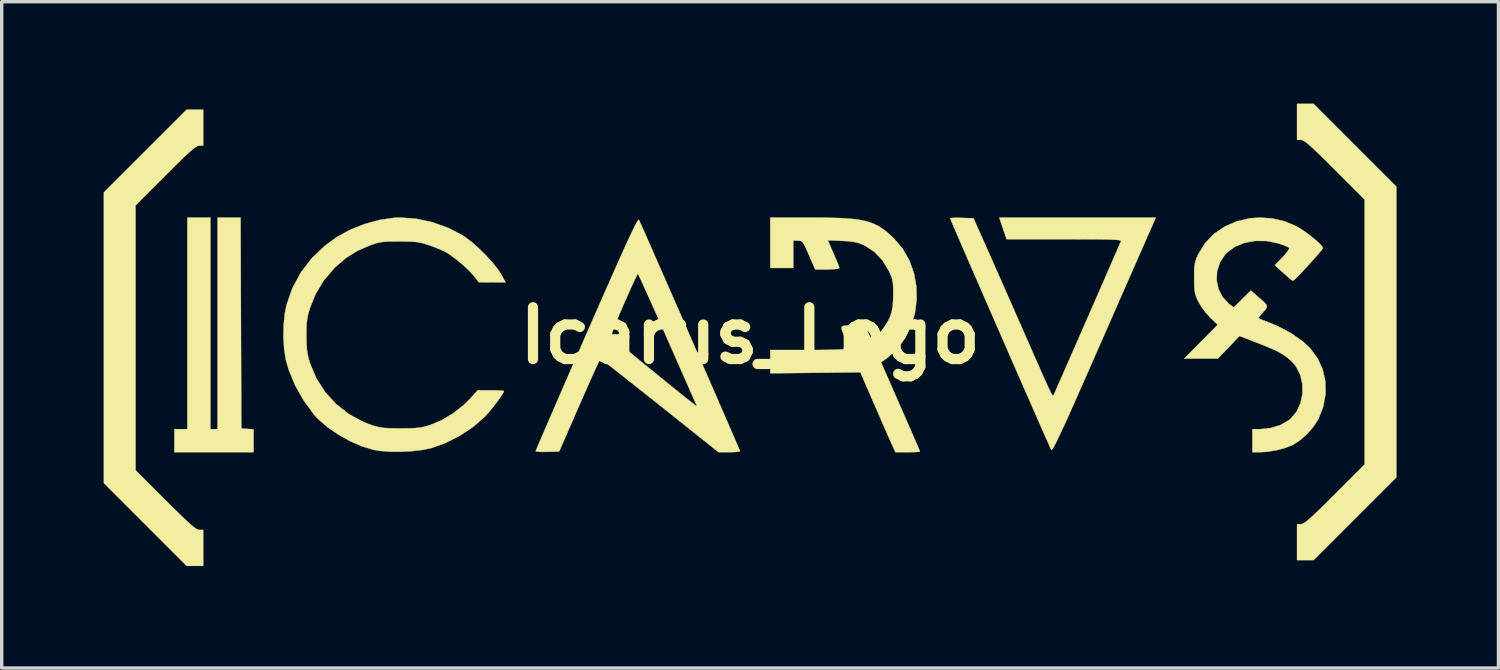
<source format=kicad_pcb>
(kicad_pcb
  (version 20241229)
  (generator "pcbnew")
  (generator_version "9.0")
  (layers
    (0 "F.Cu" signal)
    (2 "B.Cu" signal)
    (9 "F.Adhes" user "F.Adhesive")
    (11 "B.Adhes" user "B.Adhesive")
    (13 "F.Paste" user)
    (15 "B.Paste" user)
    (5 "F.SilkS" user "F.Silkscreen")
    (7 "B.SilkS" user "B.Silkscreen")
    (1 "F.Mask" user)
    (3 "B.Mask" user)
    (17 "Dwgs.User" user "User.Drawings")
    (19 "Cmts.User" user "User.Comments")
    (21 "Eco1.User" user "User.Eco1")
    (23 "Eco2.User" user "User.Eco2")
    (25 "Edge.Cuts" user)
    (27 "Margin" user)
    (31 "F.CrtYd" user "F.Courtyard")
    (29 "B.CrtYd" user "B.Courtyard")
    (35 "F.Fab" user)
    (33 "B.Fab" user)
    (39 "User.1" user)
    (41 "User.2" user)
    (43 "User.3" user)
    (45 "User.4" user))
  (footprint "Icarus_Logo"
    (layer "F.Cu")
    (at 19.013 6.821)
    (property "Reference" "Icarus_Logo" (at 0 0 0) (layer "F.SilkS") (effects (font (size 1.524 1.524) (thickness 0.3))))
    (attr through_hole)
    (fp_poly (pts (xy -15.875 2.752) (xy -15.663 2.752) (xy -15.663 -3.471) (xy -14.987 -3.471) (xy -14.965 2.731) (xy -14.785 2.744) (xy -14.605 2.757) (xy -14.605 3.429) (xy -16.933 3.429) (xy -16.933 2.752) (xy -16.552 2.752) (xy -16.552 -3.471) (xy -15.875 -3.471) (xy -15.875 2.752)) (stroke (width 0.01) (type solid)) (fill yes) (layer "F.SilkS"))
    (fp_poly (pts (xy -16.087 -5.588) (xy -16.203 -5.588) (xy -16.248 -5.578) (xy -16.308 -5.545) (xy -16.391 -5.483) (xy -16.504 -5.386) (xy -16.652 -5.247) (xy -16.843 -5.062) (xy -17.083 -4.824) (xy -17.198 -4.709) (xy -18.076 -3.83) (xy -18.076 3.959) (xy -17.198 4.837) (xy -16.934 5.099) (xy -16.723 5.305) (xy -16.558 5.462) (xy -16.431 5.576) (xy -16.337 5.652) (xy -16.268 5.696) (xy -16.218 5.714) (xy -16.203 5.715) (xy -16.087 5.715) (xy -16.087 6.773) (xy -16.574 6.773) (xy -17.791 5.556) (xy -19.008 4.339) (xy -19.008 -4.213) (xy -17.79 -5.43) (xy -16.573 -6.646) (xy -16.087 -6.646) (xy -16.087 -5.588)) (stroke (width 0.01) (type solid)) (fill yes) (layer "F.SilkS"))
    (fp_poly (pts (xy 17.791 -5.598) (xy 19.008 -4.381) (xy 19.008 4.17) (xy 17.79 5.387) (xy 16.573 6.604) (xy 16.087 6.604) (xy 16.087 5.546) (xy 16.203 5.546) (xy 16.248 5.536) (xy 16.308 5.503) (xy 16.391 5.441) (xy 16.504 5.343) (xy 16.652 5.205) (xy 16.843 5.02) (xy 17.083 4.782) (xy 17.198 4.667) (xy 18.076 3.788) (xy 18.076 -4) (xy 17.198 -4.879) (xy 16.936 -5.14) (xy 16.725 -5.346) (xy 16.56 -5.503) (xy 16.434 -5.617) (xy 16.34 -5.693) (xy 16.271 -5.737) (xy 16.22 -5.756) (xy 16.203 -5.757) (xy 16.087 -5.757) (xy 16.087 -6.816) (xy 16.574 -6.816) (xy 17.791 -5.598)) (stroke (width 0.01) (type solid)) (fill yes) (layer "F.SilkS"))
    (fp_poly (pts (xy 11.704 -2.953) (xy 11.65 -2.829) (xy 11.565 -2.635) (xy 11.452 -2.378) (xy 11.315 -2.067) (xy 11.157 -1.707) (xy 10.982 -1.308) (xy 10.792 -0.875) (xy 10.591 -0.417) (xy 10.382 0.059) (xy 10.187 0.502) (xy 9.94 1.065) (xy 9.724 1.554) (xy 9.538 1.975) (xy 9.379 2.33) (xy 9.245 2.625) (xy 9.135 2.863) (xy 9.046 3.05) (xy 8.977 3.189) (xy 8.926 3.285) (xy 8.889 3.342) (xy 8.867 3.364) (xy 8.857 3.36) (xy 8.831 3.305) (xy 8.776 3.18) (xy 8.693 2.993) (xy 8.585 2.75) (xy 8.457 2.457) (xy 8.31 2.123) (xy 8.148 1.753) (xy 7.973 1.354) (xy 7.789 0.934) (xy 7.599 0.498) (xy 7.405 0.054) (xy 7.21 -0.391) (xy 7.018 -0.831) (xy 6.832 -1.259) (xy 6.654 -1.668) (xy 6.487 -2.052) (xy 6.334 -2.402) (xy 6.199 -2.714) (xy 6.084 -2.98) (xy 5.993 -3.192) (xy 5.927 -3.345) (xy 5.891 -3.432) (xy 5.884 -3.449) (xy 5.923 -3.459) (xy 6.027 -3.465) (xy 6.175 -3.464) (xy 6.228 -3.462) (xy 6.572 -3.45) (xy 6.93 -2.646) (xy 7.026 -2.429) (xy 7.15 -2.148) (xy 7.297 -1.816) (xy 7.46 -1.447) (xy 7.633 -1.054) (xy 7.811 -0.65) (xy 7.988 -0.249) (xy 8.051 -0.106) (xy 8.242 0.329) (xy 8.402 0.693) (xy 8.534 0.991) (xy 8.64 1.231) (xy 8.724 1.417) (xy 8.788 1.556) (xy 8.836 1.655) (xy 8.87 1.718) (xy 8.893 1.753) (xy 8.908 1.765) (xy 8.918 1.761) (xy 8.927 1.746) (xy 8.936 1.727) (xy 8.958 1.681) (xy 9.009 1.565) (xy 9.087 1.389) (xy 9.188 1.161) (xy 9.307 0.888) (xy 9.442 0.581) (xy 9.589 0.247) (xy 9.743 -0.106) (xy 9.902 -0.469) (xy 10.061 -0.833) (xy 10.217 -1.19) (xy 10.367 -1.531) (xy 10.505 -1.848) (xy 10.629 -2.133) (xy 10.735 -2.377) (xy 10.82 -2.572) (xy 10.879 -2.709) (xy 10.909 -2.78) (xy 10.91 -2.783) (xy 10.899 -2.797) (xy 10.85 -2.808) (xy 10.757 -2.817) (xy 10.614 -2.824) (xy 10.413 -2.83) (xy 10.149 -2.833) (xy 9.815 -2.835) (xy 9.405 -2.836) (xy 9.237 -2.836) (xy 7.543 -2.836) (xy 7.329 -3.471) (xy 11.932 -3.471) (xy 11.704 -2.953)) (stroke (width 0.01) (type solid)) (fill yes) (layer "F.SilkS"))
    (fp_poly (pts (xy 1.789 -3.471) (xy 2.243 -3.468) (xy 2.623 -3.458) (xy 2.94 -3.439) (xy 3.205 -3.408) (xy 3.426 -3.361) (xy 3.617 -3.298) (xy 3.786 -3.214) (xy 3.945 -3.108) (xy 4.103 -2.976) (xy 4.223 -2.865) (xy 4.486 -2.557) (xy 4.685 -2.21) (xy 4.819 -1.835) (xy 4.89 -1.443) (xy 4.898 -1.044) (xy 4.845 -0.65) (xy 4.731 -0.271) (xy 4.557 0.08) (xy 4.323 0.395) (xy 4.032 0.66) (xy 3.947 0.72) (xy 3.851 0.783) (xy 4.423 2.087) (xy 4.559 2.397) (xy 4.683 2.682) (xy 4.792 2.933) (xy 4.882 3.14) (xy 4.948 3.294) (xy 4.987 3.387) (xy 4.995 3.41) (xy 4.956 3.419) (xy 4.852 3.425) (xy 4.702 3.429) (xy 4.634 3.429) (xy 4.274 3.429) (xy 4.135 3.122) (xy 4.076 2.99) (xy 3.991 2.797) (xy 3.887 2.56) (xy 3.772 2.296) (xy 3.653 2.021) (xy 3.62 1.947) (xy 3.244 1.079) (xy 1.918 1.094) (xy 0.593 1.109) (xy 0.593 0.423) (xy 1.757 0.423) (xy 2.061 0.422) (xy 2.335 0.418) (xy 2.569 0.413) (xy 2.752 0.405) (xy 2.873 0.397) (xy 2.921 0.387) (xy 2.921 0.386) (xy 2.905 0.33) (xy 2.864 0.223) (xy 2.821 0.122) (xy 2.739 -0.064) (xy 2.694 -0.185) (xy 2.693 -0.255) (xy 2.742 -0.287) (xy 2.847 -0.296) (xy 3.015 -0.296) (xy 3.372 -0.296) (xy 3.471 -0.085) (xy 3.531 0.032) (xy 3.58 0.109) (xy 3.602 0.127) (xy 3.66 0.094) (xy 3.747 0.005) (xy 3.85 -0.12) (xy 3.953 -0.263) (xy 4.044 -0.406) (xy 4.108 -0.531) (xy 4.112 -0.542) (xy 4.162 -0.689) (xy 4.191 -0.842) (xy 4.206 -1.03) (xy 4.21 -1.206) (xy 4.209 -1.409) (xy 4.199 -1.555) (xy 4.176 -1.672) (xy 4.135 -1.788) (xy 4.081 -1.905) (xy 3.892 -2.216) (xy 3.654 -2.466) (xy 3.373 -2.648) (xy 3.351 -2.659) (xy 3.207 -2.717) (xy 3.061 -2.754) (xy 2.883 -2.776) (xy 2.698 -2.787) (xy 2.285 -2.804) (xy 2.37 -2.608) (xy 2.443 -2.441) (xy 2.52 -2.264) (xy 2.54 -2.219) (xy 2.589 -2.099) (xy 2.62 -2.011) (xy 2.625 -1.986) (xy 2.586 -1.968) (xy 2.481 -1.955) (xy 2.332 -1.948) (xy 2.27 -1.947) (xy 1.915 -1.947) (xy 1.73 -2.37) (xy 1.648 -2.555) (xy 1.588 -2.677) (xy 1.541 -2.747) (xy 1.496 -2.781) (xy 1.443 -2.792) (xy 1.408 -2.793) (xy 1.27 -2.794) (xy 1.27 -1.99) (xy 0.593 -1.99) (xy 0.593 -3.471) (xy 1.789 -3.471)) (stroke (width 0.01) (type solid)) (fill yes) (layer "F.SilkS"))
    (fp_poly (pts (xy -9.813 -3.435) (xy -9.336 -3.332) (xy -8.878 -3.168) (xy -8.462 -2.952) (xy -8.395 -2.909) (xy -8.197 -2.76) (xy -7.981 -2.568) (xy -7.765 -2.354) (xy -7.567 -2.135) (xy -7.405 -1.93) (xy -7.311 -1.783) (xy -7.192 -1.566) (xy -7.586 -1.568) (xy -7.98 -1.57) (xy -8.128 -1.759) (xy -8.264 -1.91) (xy -8.448 -2.081) (xy -8.654 -2.25) (xy -8.855 -2.396) (xy -8.932 -2.445) (xy -9.044 -2.501) (xy -9.205 -2.57) (xy -9.384 -2.639) (xy -9.419 -2.651) (xy -9.573 -2.701) (xy -9.707 -2.735) (xy -9.846 -2.756) (xy -10.014 -2.766) (xy -10.235 -2.77) (xy -10.308 -2.77) (xy -10.546 -2.769) (xy -10.723 -2.763) (xy -10.862 -2.747) (xy -10.985 -2.72) (xy -11.117 -2.677) (xy -11.169 -2.659) (xy -11.549 -2.494) (xy -11.878 -2.29) (xy -12.188 -2.025) (xy -12.229 -1.985) (xy -12.539 -1.623) (xy -12.779 -1.224) (xy -12.941 -0.826) (xy -12.993 -0.654) (xy -13.026 -0.501) (xy -13.044 -0.338) (xy -13.051 -0.135) (xy -13.051 0) (xy -13.047 0.239) (xy -13.034 0.424) (xy -13.008 0.584) (xy -12.964 0.75) (xy -12.937 0.835) (xy -12.753 1.266) (xy -12.499 1.661) (xy -12.182 2.009) (xy -11.812 2.301) (xy -11.398 2.529) (xy -11.19 2.612) (xy -11.043 2.661) (xy -10.914 2.693) (xy -10.781 2.714) (xy -10.619 2.725) (xy -10.406 2.729) (xy -10.287 2.729) (xy -10.037 2.728) (xy -9.849 2.72) (xy -9.699 2.704) (xy -9.565 2.676) (xy -9.422 2.634) (xy -9.4 2.627) (xy -9.069 2.486) (xy -8.735 2.286) (xy -8.427 2.044) (xy -8.242 1.861) (xy -8.014 1.609) (xy -7.627 1.609) (xy -7.457 1.611) (xy -7.325 1.617) (xy -7.25 1.627) (xy -7.239 1.632) (xy -7.264 1.691) (xy -7.332 1.797) (xy -7.43 1.933) (xy -7.544 2.082) (xy -7.662 2.228) (xy -7.771 2.352) (xy -7.801 2.383) (xy -8.141 2.681) (xy -8.539 2.946) (xy -8.969 3.163) (xy -9.363 3.305) (xy -9.618 3.36) (xy -9.927 3.397) (xy -10.261 3.415) (xy -10.591 3.414) (xy -10.888 3.391) (xy -11.07 3.361) (xy -11.412 3.258) (xy -11.769 3.103) (xy -12.118 2.908) (xy -12.439 2.687) (xy -12.709 2.452) (xy -12.829 2.321) (xy -13.132 1.906) (xy -13.381 1.465) (xy -13.568 1.016) (xy -13.654 0.72) (xy -13.704 0.408) (xy -13.726 0.053) (xy -13.719 -0.314) (xy -13.685 -0.659) (xy -13.636 -0.9) (xy -13.463 -1.396) (xy -13.215 -1.855) (xy -12.895 -2.272) (xy -12.508 -2.642) (xy -12.16 -2.896) (xy -11.77 -3.111) (xy -11.341 -3.282) (xy -10.897 -3.403) (xy -10.465 -3.465) (xy -10.285 -3.471) (xy -9.813 -3.435)) (stroke (width 0.01) (type solid)) (fill yes) (layer "F.SilkS"))
    (fp_poly (pts (xy -3.269 -3.402) (xy -3.243 -3.347) (xy -3.187 -3.221) (xy -3.103 -3.033) (xy -2.996 -2.79) (xy -2.867 -2.497) (xy -2.72 -2.162) (xy -2.557 -1.792) (xy -2.382 -1.393) (xy -2.198 -0.972) (xy -2.007 -0.537) (xy -1.813 -0.093) (xy -1.619 0.352) (xy -1.427 0.792) (xy -1.24 1.22) (xy -1.062 1.628) (xy -0.896 2.011) (xy -0.744 2.361) (xy -0.609 2.672) (xy -0.494 2.936) (xy -0.403 3.148) (xy -0.338 3.3) (xy -0.302 3.385) (xy -0.296 3.401) (xy -0.335 3.414) (xy -0.438 3.424) (xy -0.584 3.429) (xy -0.613 3.429) (xy -0.929 3.429) (xy -2.655 2.053) (xy -2.987 1.789) (xy -3.299 1.542) (xy -3.584 1.316) (xy -3.836 1.117) (xy -4.05 0.949) (xy -4.219 0.817) (xy -4.336 0.727) (xy -4.396 0.682) (xy -4.403 0.678) (xy -4.424 0.716) (xy -4.475 0.822) (xy -4.552 0.989) (xy -4.65 1.207) (xy -4.766 1.467) (xy -4.896 1.761) (xy -5.02 2.043) (xy -5.616 3.408) (xy -5.962 3.42) (xy -6.121 3.422) (xy -6.241 3.416) (xy -6.303 3.404) (xy -6.307 3.399) (xy -6.291 3.356) (xy -6.243 3.241) (xy -6.165 3.06) (xy -6.061 2.818) (xy -5.933 2.521) (xy -5.782 2.174) (xy -5.613 1.784) (xy -5.426 1.355) (xy -5.225 0.893) (xy -5.011 0.404) (xy -4.831 -0.008) (xy -4.076 -0.008) (xy -4.076 0.038) (xy -4.039 0.073) (xy -3.944 0.154) (xy -3.802 0.273) (xy -3.621 0.423) (xy -3.41 0.597) (xy -3.177 0.788) (xy -2.932 0.988) (xy -2.683 1.19) (xy -2.439 1.388) (xy -2.209 1.574) (xy -2.001 1.74) (xy -1.825 1.881) (xy -1.69 1.988) (xy -1.603 2.054) (xy -1.574 2.073) (xy -1.575 2.047) (xy -1.577 2.043) (xy -1.597 1.999) (xy -1.647 1.885) (xy -1.725 1.709) (xy -1.828 1.477) (xy -1.95 1.199) (xy -2.091 0.881) (xy -2.245 0.53) (xy -2.411 0.155) (xy -2.437 0.095) (xy -2.603 -0.282) (xy -2.76 -0.635) (xy -2.903 -0.955) (xy -3.029 -1.236) (xy -3.136 -1.471) (xy -3.219 -1.651) (xy -3.275 -1.77) (xy -3.301 -1.819) (xy -3.302 -1.82) (xy -3.324 -1.783) (xy -3.375 -1.679) (xy -3.45 -1.519) (xy -3.543 -1.314) (xy -3.65 -1.074) (xy -3.718 -0.921) (xy -3.864 -0.583) (xy -3.972 -0.319) (xy -4.043 -0.128) (xy -4.076 -0.008) (xy -4.831 -0.008) (xy -4.809 -0.058) (xy -4.541 -0.669) (xy -4.306 -1.206) (xy -4.099 -1.673) (xy -3.921 -2.074) (xy -3.769 -2.414) (xy -3.641 -2.696) (xy -3.536 -2.925) (xy -3.45 -3.104) (xy -3.384 -3.238) (xy -3.334 -3.33) (xy -3.3 -3.385) (xy -3.278 -3.406) (xy -3.269 -3.402)) (stroke (width 0.01) (type solid)) (fill yes) (layer "F.SilkS"))
    (fp_poly (pts (xy 15.364 -3.446) (xy 15.706 -3.366) (xy 16.023 -3.238) (xy 16.163 -3.161) (xy 16.321 -3.056) (xy 16.482 -2.937) (xy 16.631 -2.816) (xy 16.752 -2.705) (xy 16.829 -2.618) (xy 16.849 -2.575) (xy 16.822 -2.531) (xy 16.748 -2.441) (xy 16.641 -2.317) (xy 16.512 -2.172) (xy 16.374 -2.021) (xy 16.238 -1.876) (xy 16.118 -1.751) (xy 16.025 -1.659) (xy 15.971 -1.613) (xy 15.964 -1.611) (xy 15.923 -1.638) (xy 15.836 -1.709) (xy 15.721 -1.811) (xy 15.685 -1.843) (xy 15.432 -2.073) (xy 15.658 -2.302) (xy 15.763 -2.417) (xy 15.834 -2.513) (xy 15.858 -2.572) (xy 15.857 -2.578) (xy 15.805 -2.612) (xy 15.694 -2.659) (xy 15.547 -2.709) (xy 15.531 -2.714) (xy 15.192 -2.783) (xy 14.858 -2.786) (xy 14.542 -2.729) (xy 14.26 -2.613) (xy 14.027 -2.442) (xy 13.974 -2.386) (xy 13.82 -2.153) (xy 13.736 -1.895) (xy 13.722 -1.629) (xy 13.776 -1.37) (xy 13.897 -1.133) (xy 14.083 -0.936) (xy 14.108 -0.916) (xy 14.225 -0.829) (xy 14.476 -1.077) (xy 14.727 -1.325) (xy 14.984 -1.102) (xy 15.115 -0.988) (xy 15.185 -0.908) (xy 15.199 -0.842) (xy 15.157 -0.765) (xy 15.063 -0.657) (xy 15.034 -0.626) (xy 14.969 -0.549) (xy 14.959 -0.51) (xy 15 -0.487) (xy 15.011 -0.483) (xy 15.494 -0.291) (xy 15.915 -0.069) (xy 16.266 0.179) (xy 16.468 0.368) (xy 16.691 0.665) (xy 16.843 0.999) (xy 16.921 1.357) (xy 16.925 1.731) (xy 16.853 2.108) (xy 16.718 2.448) (xy 16.58 2.667) (xy 16.391 2.885) (xy 16.178 3.076) (xy 15.968 3.213) (xy 15.737 3.305) (xy 15.461 3.377) (xy 15.177 3.42) (xy 15.018 3.428) (xy 14.774 3.429) (xy 14.774 2.752) (xy 14.994 2.752) (xy 15.309 2.72) (xy 15.6 2.63) (xy 15.845 2.488) (xy 15.894 2.448) (xy 16.071 2.239) (xy 16.189 1.988) (xy 16.246 1.712) (xy 16.244 1.428) (xy 16.181 1.155) (xy 16.058 0.909) (xy 15.928 0.757) (xy 15.806 0.65) (xy 15.673 0.556) (xy 15.513 0.466) (xy 15.311 0.372) (xy 15.05 0.265) (xy 14.912 0.211) (xy 14.394 0.011) (xy 14.076 0.344) (xy 13.757 0.677) (xy 12.765 0.677) (xy 13.259 0.18) (xy 13.753 -0.318) (xy 13.528 -0.535) (xy 13.389 -0.69) (xy 13.259 -0.869) (xy 13.182 -1.001) (xy 13.127 -1.123) (xy 13.091 -1.231) (xy 13.071 -1.35) (xy 13.063 -1.506) (xy 13.061 -1.693) (xy 13.062 -1.9) (xy 13.071 -2.049) (xy 13.092 -2.166) (xy 13.13 -2.276) (xy 13.189 -2.407) (xy 13.192 -2.413) (xy 13.388 -2.726) (xy 13.647 -2.993) (xy 13.96 -3.207) (xy 14.314 -3.362) (xy 14.699 -3.451) (xy 14.993 -3.471) (xy 15.364 -3.446)) (stroke (width 0.01) (type solid)) (fill yes) (layer "F.SilkS")))
  (gr_rect
    (start -3 -3)
    (end 41.025 16.599)
    (stroke (width 0.1) (type default))
    (fill no)
    (layer "Edge.Cuts")))
</source>
